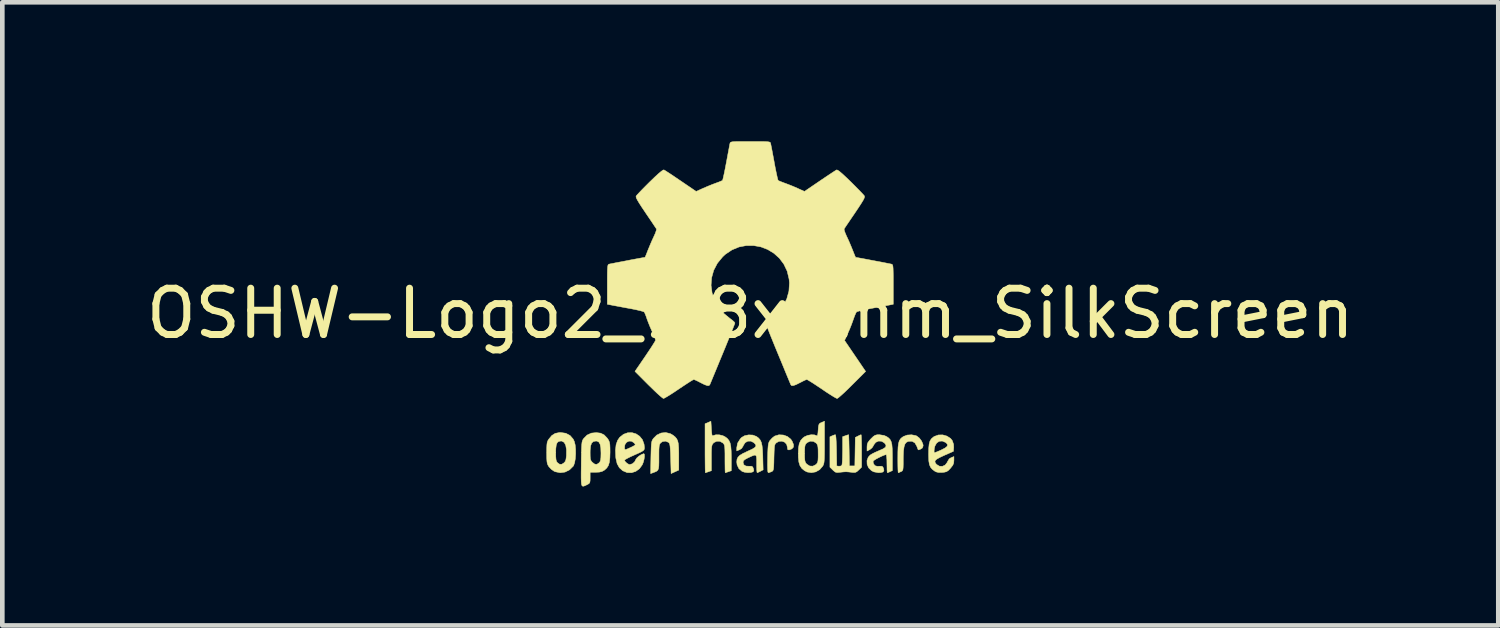
<source format=kicad_pcb>
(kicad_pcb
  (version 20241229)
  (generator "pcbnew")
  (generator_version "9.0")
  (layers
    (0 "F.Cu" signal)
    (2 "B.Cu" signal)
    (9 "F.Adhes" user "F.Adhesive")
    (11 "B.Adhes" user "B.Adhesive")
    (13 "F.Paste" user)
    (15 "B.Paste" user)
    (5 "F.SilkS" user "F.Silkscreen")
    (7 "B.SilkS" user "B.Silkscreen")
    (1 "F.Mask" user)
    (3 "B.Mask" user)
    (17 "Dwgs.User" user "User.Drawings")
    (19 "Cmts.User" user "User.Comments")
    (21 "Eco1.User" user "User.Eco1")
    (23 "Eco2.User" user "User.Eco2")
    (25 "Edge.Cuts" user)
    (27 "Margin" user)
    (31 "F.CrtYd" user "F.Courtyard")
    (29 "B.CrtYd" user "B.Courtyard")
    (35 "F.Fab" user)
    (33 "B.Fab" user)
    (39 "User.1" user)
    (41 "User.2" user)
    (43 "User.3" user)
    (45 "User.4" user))
  (footprint "OSHW-Logo2_9.8x8mm_SilkScreen"
    (layer "F.Cu")
    (at 13.149 3.717)
    (property "Reference" "OSHW-Logo2_9.8x8mm_SilkScreen" (at 0 0 180) (layer "F.SilkS") (effects (font (size 1 1) (thickness 0.15))))
    (attr exclude_from_pos_files exclude_from_bom)
    (fp_poly (pts (xy 3.571 2.637) (xy 3.594 2.647) (xy 3.65 2.691) (xy 3.698 2.755) (xy 3.727 2.823) (xy 3.732 2.857) (xy 3.716 2.904) (xy 3.68 2.928) (xy 3.643 2.943) (xy 3.625 2.946) (xy 3.617 2.926) (xy 3.6 2.882) (xy 3.593 2.863) (xy 3.552 2.794) (xy 3.493 2.76) (xy 3.417 2.761) (xy 3.411 2.763) (xy 3.37 2.782) (xy 3.34 2.819) (xy 3.32 2.88) (xy 3.308 2.968) (xy 3.303 3.088) (xy 3.302 3.152) (xy 3.302 3.252) (xy 3.3 3.321) (xy 3.296 3.365) (xy 3.287 3.39) (xy 3.274 3.405) (xy 3.253 3.416) (xy 3.252 3.416) (xy 3.213 3.433) (xy 3.194 3.439) (xy 3.191 3.42) (xy 3.188 3.369) (xy 3.186 3.292) (xy 3.185 3.196) (xy 3.185 3.125) (xy 3.186 2.989) (xy 3.19 2.885) (xy 3.2 2.808) (xy 3.216 2.752) (xy 3.24 2.711) (xy 3.274 2.679) (xy 3.308 2.656) (xy 3.388 2.626) (xy 3.482 2.62) (xy 3.571 2.637)) (stroke (width 0.01) (type solid)) (fill yes) (layer "F.SilkS"))
    (fp_poly (pts (xy -1.728 2.595) (xy -1.666 2.631) (xy -1.622 2.667) (xy -1.59 2.705) (xy -1.568 2.751) (xy -1.554 2.812) (xy -1.547 2.895) (xy -1.544 3.007) (xy -1.544 3.087) (xy -1.544 3.382) (xy -1.71 3.457) (xy -1.719 3.133) (xy -1.723 3.013) (xy -1.728 2.925) (xy -1.733 2.865) (xy -1.74 2.825) (xy -1.75 2.801) (xy -1.763 2.786) (xy -1.767 2.783) (xy -1.831 2.757) (xy -1.896 2.767) (xy -1.934 2.794) (xy -1.95 2.813) (xy -1.961 2.838) (xy -1.968 2.876) (xy -1.972 2.934) (xy -1.973 3.018) (xy -1.973 3.106) (xy -1.973 3.216) (xy -1.975 3.294) (xy -1.982 3.347) (xy -1.995 3.381) (xy -2.018 3.404) (xy -2.053 3.421) (xy -2.1 3.439) (xy -2.152 3.458) (xy -2.146 3.111) (xy -2.143 2.986) (xy -2.14 2.894) (xy -2.136 2.828) (xy -2.13 2.781) (xy -2.121 2.748) (xy -2.108 2.722) (xy -2.092 2.699) (xy -2.018 2.625) (xy -1.926 2.582) (xy -1.827 2.571) (xy -1.728 2.595)) (stroke (width 0.01) (type solid)) (fill yes) (layer "F.SilkS"))
    (fp_poly (pts (xy 0.713 2.625) (xy 0.802 2.657) (xy 0.874 2.715) (xy 0.902 2.756) (xy 0.933 2.831) (xy 0.932 2.885) (xy 0.9 2.921) (xy 0.888 2.928) (xy 0.837 2.947) (xy 0.81 2.942) (xy 0.802 2.91) (xy 0.801 2.892) (xy 0.785 2.826) (xy 0.742 2.78) (xy 0.683 2.758) (xy 0.617 2.763) (xy 0.564 2.792) (xy 0.546 2.809) (xy 0.533 2.829) (xy 0.524 2.859) (xy 0.519 2.907) (xy 0.515 2.978) (xy 0.512 3.08) (xy 0.511 3.112) (xy 0.509 3.222) (xy 0.506 3.3) (xy 0.501 3.351) (xy 0.494 3.383) (xy 0.483 3.401) (xy 0.467 3.412) (xy 0.457 3.417) (xy 0.413 3.433) (xy 0.388 3.439) (xy 0.379 3.421) (xy 0.374 3.365) (xy 0.372 3.272) (xy 0.374 3.141) (xy 0.374 3.121) (xy 0.377 3.002) (xy 0.381 2.914) (xy 0.386 2.853) (xy 0.393 2.809) (xy 0.404 2.778) (xy 0.419 2.751) (xy 0.427 2.74) (xy 0.472 2.69) (xy 0.522 2.651) (xy 0.528 2.647) (xy 0.618 2.62) (xy 0.713 2.625)) (stroke (width 0.01) (type solid)) (fill yes) (layer "F.SilkS"))
    (fp_poly (pts (xy -0.84 2.492) (xy -0.834 2.572) (xy -0.828 2.619) (xy -0.819 2.64) (xy -0.805 2.64) (xy -0.801 2.637) (xy -0.744 2.62) (xy -0.669 2.621) (xy -0.593 2.639) (xy -0.545 2.663) (xy -0.496 2.7) (xy -0.461 2.743) (xy -0.436 2.797) (xy -0.421 2.869) (xy -0.413 2.966) (xy -0.41 3.095) (xy -0.41 3.119) (xy -0.41 3.396) (xy -0.472 3.417) (xy -0.516 3.432) (xy -0.54 3.439) (xy -0.54 3.439) (xy -0.543 3.42) (xy -0.545 3.37) (xy -0.546 3.293) (xy -0.547 3.197) (xy -0.547 3.139) (xy -0.547 3.025) (xy -0.549 2.943) (xy -0.552 2.886) (xy -0.558 2.849) (xy -0.568 2.825) (xy -0.583 2.806) (xy -0.592 2.797) (xy -0.655 2.761) (xy -0.724 2.759) (xy -0.786 2.789) (xy -0.798 2.8) (xy -0.815 2.821) (xy -0.826 2.845) (xy -0.834 2.881) (xy -0.838 2.934) (xy -0.84 3.012) (xy -0.84 3.121) (xy -0.84 3.396) (xy -0.902 3.417) (xy -0.945 3.432) (xy -0.969 3.439) (xy -0.97 3.439) (xy -0.972 3.42) (xy -0.974 3.367) (xy -0.975 3.286) (xy -0.976 3.18) (xy -0.977 3.055) (xy -0.977 2.916) (xy -0.977 2.382) (xy -0.85 2.328) (xy -0.84 2.492)) (stroke (width 0.01) (type solid)) (fill yes) (layer "F.SilkS"))
    (fp_poly (pts (xy 2.396 2.637) (xy 2.399 2.688) (xy 2.401 2.766) (xy 2.403 2.865) (xy 2.403 2.968) (xy 2.403 3.319) (xy 2.341 3.38) (xy 2.299 3.418) (xy 2.261 3.434) (xy 2.21 3.433) (xy 2.19 3.43) (xy 2.127 3.423) (xy 2.074 3.419) (xy 2.061 3.419) (xy 2.018 3.421) (xy 1.957 3.427) (xy 1.933 3.43) (xy 1.874 3.435) (xy 1.834 3.425) (xy 1.795 3.394) (xy 1.781 3.38) (xy 1.719 3.319) (xy 1.719 2.664) (xy 1.769 2.641) (xy 1.812 2.624) (xy 1.837 2.618) (xy 1.844 2.637) (xy 1.85 2.689) (xy 1.855 2.768) (xy 1.859 2.87) (xy 1.861 2.955) (xy 1.866 3.292) (xy 1.913 3.299) (xy 1.955 3.294) (xy 1.976 3.279) (xy 1.982 3.251) (xy 1.987 3.192) (xy 1.99 3.108) (xy 1.992 3.009) (xy 1.993 2.957) (xy 1.993 2.661) (xy 2.054 2.64) (xy 2.098 2.625) (xy 2.122 2.618) (xy 2.122 2.618) (xy 2.125 2.637) (xy 2.127 2.688) (xy 2.13 2.766) (xy 2.132 2.864) (xy 2.134 2.955) (xy 2.139 3.292) (xy 2.257 3.292) (xy 2.262 2.985) (xy 2.267 2.677) (xy 2.325 2.648) (xy 2.367 2.627) (xy 2.392 2.618) (xy 2.392 2.618) (xy 2.396 2.637)) (stroke (width 0.01) (type solid)) (fill yes) (layer "F.SilkS"))
    (fp_poly (pts (xy -3.983 2.587) (xy -3.892 2.635) (xy -3.824 2.713) (xy -3.8 2.763) (xy -3.781 2.838) (xy -3.772 2.932) (xy -3.771 3.035) (xy -3.778 3.136) (xy -3.793 3.223) (xy -3.815 3.286) (xy -3.822 3.297) (xy -3.903 3.377) (xy -4 3.425) (xy -4.104 3.439) (xy -4.21 3.418) (xy -4.239 3.405) (xy -4.297 3.364) (xy -4.347 3.311) (xy -4.352 3.304) (xy -4.371 3.271) (xy -4.384 3.236) (xy -4.391 3.19) (xy -4.395 3.125) (xy -4.396 3.03) (xy -4.396 3.009) (xy -4.396 3.002) (xy -4.201 3.002) (xy -4.2 3.091) (xy -4.195 3.151) (xy -4.186 3.189) (xy -4.17 3.215) (xy -4.162 3.224) (xy -4.115 3.257) (xy -4.07 3.256) (xy -4.024 3.227) (xy -3.996 3.196) (xy -3.98 3.151) (xy -3.971 3.079) (xy -3.97 3.071) (xy -3.969 2.942) (xy -3.985 2.846) (xy -4.019 2.784) (xy -4.07 2.756) (xy -4.088 2.755) (xy -4.136 2.763) (xy -4.169 2.789) (xy -4.189 2.839) (xy -4.199 2.919) (xy -4.201 3.002) (xy -4.396 3.002) (xy -4.395 2.908) (xy -4.392 2.838) (xy -4.386 2.789) (xy -4.374 2.753) (xy -4.356 2.722) (xy -4.352 2.716) (xy -4.286 2.636) (xy -4.213 2.59) (xy -4.125 2.572) (xy -4.095 2.571) (xy -3.983 2.587)) (stroke (width 0.01) (type solid)) (fill yes) (layer "F.SilkS"))
    (fp_poly (pts (xy 4.245 2.648) (xy 4.323 2.698) (xy 4.36 2.744) (xy 4.389 2.826) (xy 4.392 2.891) (xy 4.386 2.977) (xy 4.186 3.065) (xy 4.089 3.11) (xy 4.025 3.146) (xy 3.992 3.177) (xy 3.986 3.207) (xy 4.005 3.241) (xy 4.025 3.263) (xy 4.084 3.298) (xy 4.148 3.301) (xy 4.207 3.273) (xy 4.25 3.218) (xy 4.258 3.199) (xy 4.295 3.138) (xy 4.338 3.113) (xy 4.396 3.09) (xy 4.396 3.174) (xy 4.391 3.231) (xy 4.371 3.279) (xy 4.328 3.334) (xy 4.322 3.342) (xy 4.275 3.391) (xy 4.234 3.417) (xy 4.183 3.429) (xy 4.141 3.433) (xy 4.066 3.434) (xy 4.012 3.421) (xy 3.979 3.403) (xy 3.926 3.362) (xy 3.89 3.318) (xy 3.867 3.262) (xy 3.854 3.187) (xy 3.85 3.084) (xy 3.849 3.032) (xy 3.851 2.97) (xy 3.968 2.97) (xy 3.97 3.003) (xy 3.973 3.009) (xy 3.996 3.001) (xy 4.044 2.982) (xy 4.109 2.954) (xy 4.122 2.948) (xy 4.204 2.906) (xy 4.249 2.87) (xy 4.259 2.835) (xy 4.236 2.801) (xy 4.216 2.785) (xy 4.145 2.755) (xy 4.079 2.76) (xy 4.024 2.797) (xy 3.986 2.863) (xy 3.973 2.916) (xy 3.968 2.97) (xy 3.851 2.97) (xy 3.852 2.911) (xy 3.861 2.821) (xy 3.879 2.755) (xy 3.909 2.707) (xy 3.953 2.669) (xy 3.972 2.656) (xy 4.059 2.624) (xy 4.154 2.622) (xy 4.245 2.648)) (stroke (width 0.01) (type solid)) (fill yes) (layer "F.SilkS"))
    (fp_poly (pts (xy 1.602 2.78) (xy 1.602 2.926) (xy 1.601 3.039) (xy 1.599 3.123) (xy 1.595 3.184) (xy 1.59 3.227) (xy 1.582 3.259) (xy 1.571 3.283) (xy 1.563 3.297) (xy 1.497 3.373) (xy 1.412 3.421) (xy 1.319 3.438) (xy 1.226 3.423) (xy 1.17 3.394) (xy 1.112 3.346) (xy 1.072 3.286) (xy 1.048 3.209) (xy 1.037 3.105) (xy 1.036 3.028) (xy 1.036 3.023) (xy 1.172 3.023) (xy 1.173 3.11) (xy 1.177 3.168) (xy 1.186 3.206) (xy 1.201 3.233) (xy 1.22 3.254) (xy 1.283 3.294) (xy 1.351 3.297) (xy 1.415 3.264) (xy 1.42 3.26) (xy 1.441 3.236) (xy 1.455 3.208) (xy 1.462 3.167) (xy 1.465 3.102) (xy 1.465 3.031) (xy 1.464 2.942) (xy 1.46 2.882) (xy 1.451 2.843) (xy 1.436 2.815) (xy 1.423 2.8) (xy 1.364 2.763) (xy 1.295 2.758) (xy 1.23 2.787) (xy 1.218 2.797) (xy 1.196 2.821) (xy 1.183 2.849) (xy 1.176 2.891) (xy 1.173 2.956) (xy 1.172 3.023) (xy 1.036 3.023) (xy 1.04 2.906) (xy 1.056 2.814) (xy 1.087 2.744) (xy 1.134 2.69) (xy 1.17 2.663) (xy 1.237 2.633) (xy 1.314 2.619) (xy 1.386 2.622) (xy 1.426 2.637) (xy 1.442 2.642) (xy 1.453 2.626) (xy 1.46 2.583) (xy 1.465 2.518) (xy 1.471 2.446) (xy 1.48 2.402) (xy 1.495 2.377) (xy 1.522 2.361) (xy 1.539 2.354) (xy 1.602 2.327) (xy 1.602 2.78)) (stroke (width 0.01) (type solid)) (fill yes) (layer "F.SilkS"))
    (fp_poly (pts (xy -2.466 2.6) (xy -2.389 2.652) (xy -2.329 2.726) (xy -2.294 2.822) (xy -2.286 2.892) (xy -2.287 2.921) (xy -2.294 2.943) (xy -2.313 2.963) (xy -2.35 2.986) (xy -2.41 3.015) (xy -2.5 3.055) (xy -2.501 3.055) (xy -2.584 3.093) (xy -2.652 3.127) (xy -2.698 3.153) (xy -2.716 3.167) (xy -2.716 3.167) (xy -2.701 3.199) (xy -2.665 3.233) (xy -2.624 3.258) (xy -2.603 3.263) (xy -2.546 3.246) (xy -2.497 3.203) (xy -2.474 3.156) (xy -2.451 3.122) (xy -2.406 3.082) (xy -2.353 3.048) (xy -2.306 3.029) (xy -2.297 3.028) (xy -2.286 3.045) (xy -2.285 3.088) (xy -2.293 3.146) (xy -2.308 3.207) (xy -2.329 3.261) (xy -2.33 3.264) (xy -2.392 3.351) (xy -2.473 3.41) (xy -2.565 3.439) (xy -2.66 3.436) (xy -2.752 3.397) (xy -2.756 3.395) (xy -2.828 3.33) (xy -2.875 3.245) (xy -2.901 3.133) (xy -2.905 3.102) (xy -2.911 2.954) (xy -2.903 2.884) (xy -2.716 2.884) (xy -2.713 2.928) (xy -2.7 2.94) (xy -2.667 2.931) (xy -2.615 2.908) (xy -2.556 2.881) (xy -2.555 2.88) (xy -2.505 2.854) (xy -2.485 2.836) (xy -2.49 2.818) (xy -2.511 2.794) (xy -2.563 2.759) (xy -2.62 2.757) (xy -2.671 2.782) (xy -2.706 2.831) (xy -2.716 2.884) (xy -2.903 2.884) (xy -2.898 2.835) (xy -2.865 2.741) (xy -2.82 2.675) (xy -2.737 2.609) (xy -2.646 2.576) (xy -2.554 2.574) (xy -2.466 2.6)) (stroke (width 0.01) (type solid)) (fill yes) (layer "F.SilkS"))
    (fp_poly (pts (xy 0.054 2.626) (xy 0.13 2.655) (xy 0.131 2.655) (xy 0.178 2.69) (xy 0.213 2.731) (xy 0.238 2.784) (xy 0.254 2.856) (xy 0.264 2.953) (xy 0.27 3.082) (xy 0.27 3.1) (xy 0.277 3.377) (xy 0.218 3.408) (xy 0.175 3.429) (xy 0.149 3.439) (xy 0.148 3.439) (xy 0.143 3.421) (xy 0.139 3.372) (xy 0.137 3.3) (xy 0.137 3.242) (xy 0.137 3.148) (xy 0.132 3.089) (xy 0.118 3.061) (xy 0.085 3.06) (xy 0.03 3.081) (xy -0.054 3.12) (xy -0.115 3.153) (xy -0.147 3.181) (xy -0.156 3.212) (xy -0.156 3.213) (xy -0.141 3.266) (xy -0.095 3.295) (xy -0.026 3.299) (xy 0.024 3.298) (xy 0.051 3.313) (xy 0.067 3.347) (xy 0.077 3.391) (xy 0.063 3.416) (xy 0.058 3.42) (xy 0.009 3.434) (xy -0.058 3.437) (xy -0.128 3.427) (xy -0.178 3.41) (xy -0.246 3.351) (xy -0.285 3.27) (xy -0.293 3.207) (xy -0.287 3.15) (xy -0.266 3.104) (xy -0.224 3.062) (xy -0.155 3.021) (xy -0.055 2.974) (xy -0.049 2.971) (xy 0.041 2.93) (xy 0.097 2.895) (xy 0.121 2.865) (xy 0.116 2.833) (xy 0.084 2.797) (xy 0.075 2.789) (xy 0.012 2.757) (xy -0.054 2.758) (xy -0.111 2.79) (xy -0.149 2.848) (xy -0.152 2.859) (xy -0.187 2.915) (xy -0.23 2.942) (xy -0.293 2.968) (xy -0.293 2.9) (xy -0.274 2.8) (xy -0.217 2.709) (xy -0.188 2.678) (xy -0.12 2.639) (xy -0.035 2.622) (xy 0.054 2.626)) (stroke (width 0.01) (type solid)) (fill yes) (layer "F.SilkS"))
    (fp_poly (pts (xy -3.231 2.585) (xy -3.156 2.622) (xy -3.091 2.69) (xy -3.072 2.716) (xy -3.053 2.749) (xy -3.04 2.785) (xy -3.032 2.833) (xy -3.029 2.903) (xy -3.028 2.994) (xy -3.032 3.12) (xy -3.043 3.214) (xy -3.065 3.285) (xy -3.1 3.338) (xy -3.149 3.383) (xy -3.153 3.385) (xy -3.202 3.412) (xy -3.261 3.426) (xy -3.336 3.429) (xy -3.458 3.429) (xy -3.458 3.547) (xy -3.459 3.613) (xy -3.466 3.652) (xy -3.484 3.675) (xy -3.519 3.695) (xy -3.527 3.699) (xy -3.566 3.718) (xy -3.596 3.729) (xy -3.619 3.73) (xy -3.635 3.717) (xy -3.645 3.685) (xy -3.65 3.63) (xy -3.652 3.549) (xy -3.652 3.437) (xy -3.65 3.292) (xy -3.65 3.248) (xy -3.648 3.098) (xy -3.646 3) (xy -3.458 3) (xy -3.457 3.083) (xy -3.453 3.138) (xy -3.442 3.174) (xy -3.423 3.201) (xy -3.41 3.215) (xy -3.358 3.254) (xy -3.312 3.258) (xy -3.264 3.225) (xy -3.263 3.224) (xy -3.244 3.199) (xy -3.232 3.164) (xy -3.226 3.112) (xy -3.224 3.031) (xy -3.224 3.013) (xy -3.228 2.902) (xy -3.243 2.825) (xy -3.269 2.778) (xy -3.309 2.757) (xy -3.332 2.755) (xy -3.387 2.765) (xy -3.425 2.798) (xy -3.447 2.858) (xy -3.457 2.95) (xy -3.458 3) (xy -3.646 3) (xy -3.646 2.982) (xy -3.643 2.895) (xy -3.639 2.831) (xy -3.634 2.786) (xy -3.627 2.754) (xy -3.617 2.73) (xy -3.604 2.709) (xy -3.598 2.701) (xy -3.525 2.627) (xy -3.432 2.584) (xy -3.325 2.573) (xy -3.231 2.585)) (stroke (width 0.01) (type solid)) (fill yes) (layer "F.SilkS"))
    (fp_poly (pts (xy 2.887 2.634) (xy 2.944 2.659) (xy 2.988 2.69) (xy 3.02 2.725) (xy 3.042 2.77) (xy 3.057 2.831) (xy 3.064 2.915) (xy 3.067 3.028) (xy 3.068 3.103) (xy 3.068 3.393) (xy 3.018 3.416) (xy 2.979 3.433) (xy 2.959 3.439) (xy 2.955 3.421) (xy 2.952 3.372) (xy 2.951 3.3) (xy 2.95 3.243) (xy 2.949 3.161) (xy 2.944 3.096) (xy 2.938 3.056) (xy 2.933 3.048) (xy 2.898 3.057) (xy 2.844 3.079) (xy 2.781 3.109) (xy 2.72 3.141) (xy 2.674 3.17) (xy 2.652 3.19) (xy 2.652 3.19) (xy 2.654 3.227) (xy 2.671 3.262) (xy 2.7 3.291) (xy 2.743 3.3) (xy 2.78 3.299) (xy 2.832 3.298) (xy 2.859 3.31) (xy 2.876 3.343) (xy 2.878 3.349) (xy 2.885 3.395) (xy 2.866 3.423) (xy 2.816 3.436) (xy 2.763 3.438) (xy 2.666 3.42) (xy 2.616 3.394) (xy 2.554 3.333) (xy 2.522 3.258) (xy 2.519 3.178) (xy 2.546 3.104) (xy 2.588 3.058) (xy 2.63 3.032) (xy 2.695 2.999) (xy 2.771 2.966) (xy 2.784 2.96) (xy 2.867 2.924) (xy 2.916 2.891) (xy 2.931 2.859) (xy 2.917 2.822) (xy 2.892 2.794) (xy 2.833 2.759) (xy 2.768 2.756) (xy 2.709 2.783) (xy 2.666 2.837) (xy 2.661 2.851) (xy 2.628 2.902) (xy 2.581 2.94) (xy 2.52 2.971) (xy 2.52 2.883) (xy 2.524 2.829) (xy 2.539 2.787) (xy 2.573 2.741) (xy 2.605 2.706) (xy 2.655 2.657) (xy 2.694 2.631) (xy 2.736 2.62) (xy 2.783 2.618) (xy 2.887 2.634)) (stroke (width 0.01) (type solid)) (fill yes) (layer "F.SilkS"))
    (fp_poly (pts (xy 0.14 -3.712) (xy 0.246 -3.712) (xy 0.322 -3.71) (xy 0.374 -3.707) (xy 0.407 -3.702) (xy 0.426 -3.695) (xy 0.435 -3.684) (xy 0.439 -3.67) (xy 0.44 -3.668) (xy 0.446 -3.636) (xy 0.459 -3.572) (xy 0.476 -3.483) (xy 0.496 -3.376) (xy 0.518 -3.258) (xy 0.518 -3.254) (xy 0.54 -3.138) (xy 0.561 -3.036) (xy 0.579 -2.953) (xy 0.592 -2.897) (xy 0.601 -2.872) (xy 0.601 -2.871) (xy 0.626 -2.859) (xy 0.676 -2.839) (xy 0.742 -2.814) (xy 0.742 -2.814) (xy 0.825 -2.783) (xy 0.923 -2.744) (xy 1.015 -2.704) (xy 1.019 -2.702) (xy 1.169 -2.634) (xy 1.501 -2.86) (xy 1.603 -2.929) (xy 1.696 -2.991) (xy 1.773 -3.042) (xy 1.83 -3.079) (xy 1.861 -3.098) (xy 1.864 -3.099) (xy 1.887 -3.093) (xy 1.93 -3.063) (xy 1.994 -3.008) (xy 2.081 -2.927) (xy 2.171 -2.84) (xy 2.256 -2.755) (xy 2.333 -2.677) (xy 2.397 -2.611) (xy 2.442 -2.563) (xy 2.464 -2.536) (xy 2.464 -2.535) (xy 2.467 -2.517) (xy 2.458 -2.487) (xy 2.435 -2.441) (xy 2.395 -2.376) (xy 2.338 -2.288) (xy 2.261 -2.173) (xy 2.193 -2.073) (xy 2.132 -1.983) (xy 2.081 -1.908) (xy 2.045 -1.854) (xy 2.027 -1.827) (xy 2.026 -1.825) (xy 2.028 -1.798) (xy 2.045 -1.747) (xy 2.073 -1.68) (xy 2.083 -1.659) (xy 2.127 -1.564) (xy 2.173 -1.456) (xy 2.211 -1.363) (xy 2.238 -1.294) (xy 2.26 -1.241) (xy 2.272 -1.214) (xy 2.274 -1.211) (xy 2.297 -1.208) (xy 2.351 -1.198) (xy 2.429 -1.184) (xy 2.524 -1.166) (xy 2.628 -1.146) (xy 2.735 -1.126) (xy 2.837 -1.107) (xy 2.927 -1.089) (xy 2.998 -1.075) (xy 3.042 -1.066) (xy 3.053 -1.063) (xy 3.064 -1.057) (xy 3.073 -1.042) (xy 3.079 -1.015) (xy 3.083 -0.97) (xy 3.085 -0.902) (xy 3.087 -0.806) (xy 3.087 -0.678) (xy 3.087 -0.625) (xy 3.087 -0.198) (xy 2.985 -0.178) (xy 2.927 -0.167) (xy 2.842 -0.151) (xy 2.739 -0.132) (xy 2.629 -0.111) (xy 2.599 -0.106) (xy 2.497 -0.086) (xy 2.408 -0.067) (xy 2.34 -0.049) (xy 2.3 -0.036) (xy 2.293 -0.032) (xy 2.277 -0.004) (xy 2.253 0.051) (xy 2.227 0.122) (xy 2.222 0.137) (xy 2.188 0.231) (xy 2.146 0.337) (xy 2.104 0.432) (xy 2.104 0.433) (xy 2.035 0.583) (xy 2.49 1.252) (xy 2.197 1.544) (xy 2.109 1.631) (xy 2.029 1.708) (xy 1.96 1.77) (xy 1.909 1.814) (xy 1.879 1.835) (xy 1.874 1.837) (xy 1.849 1.826) (xy 1.797 1.797) (xy 1.725 1.752) (xy 1.637 1.695) (xy 1.543 1.631) (xy 1.447 1.567) (xy 1.361 1.51) (xy 1.291 1.466) (xy 1.242 1.437) (xy 1.221 1.426) (xy 1.194 1.435) (xy 1.144 1.458) (xy 1.08 1.491) (xy 1.074 1.494) (xy 0.988 1.537) (xy 0.929 1.558) (xy 0.893 1.559) (xy 0.874 1.539) (xy 0.874 1.539) (xy 0.864 1.515) (xy 0.841 1.46) (xy 0.807 1.378) (xy 0.763 1.272) (xy 0.712 1.147) (xy 0.654 1.007) (xy 0.598 0.872) (xy 0.536 0.722) (xy 0.48 0.584) (xy 0.43 0.461) (xy 0.389 0.357) (xy 0.358 0.277) (xy 0.338 0.225) (xy 0.332 0.206) (xy 0.347 0.183) (xy 0.386 0.148) (xy 0.439 0.109) (xy 0.588 -0.015) (xy 0.705 -0.156) (xy 0.787 -0.313) (xy 0.834 -0.482) (xy 0.845 -0.66) (xy 0.837 -0.742) (xy 0.796 -0.913) (xy 0.724 -1.064) (xy 0.627 -1.193) (xy 0.509 -1.299) (xy 0.374 -1.381) (xy 0.227 -1.437) (xy 0.072 -1.465) (xy -0.087 -1.465) (xy -0.244 -1.435) (xy -0.396 -1.372) (xy -0.538 -1.277) (xy -0.597 -1.222) (xy -0.711 -1.083) (xy -0.79 -0.932) (xy -0.835 -0.771) (xy -0.847 -0.607) (xy -0.825 -0.443) (xy -0.772 -0.284) (xy -0.686 -0.134) (xy -0.569 0.002) (xy -0.439 0.109) (xy -0.384 0.15) (xy -0.346 0.185) (xy -0.332 0.206) (xy -0.339 0.229) (xy -0.36 0.283) (xy -0.392 0.366) (xy -0.434 0.471) (xy -0.485 0.596) (xy -0.542 0.736) (xy -0.598 0.872) (xy -0.66 1.021) (xy -0.717 1.16) (xy -0.768 1.283) (xy -0.811 1.387) (xy -0.844 1.467) (xy -0.866 1.519) (xy -0.874 1.539) (xy -0.893 1.558) (xy -0.929 1.558) (xy -0.988 1.537) (xy -1.073 1.495) (xy -1.074 1.494) (xy -1.138 1.461) (xy -1.19 1.437) (xy -1.219 1.426) (xy -1.221 1.426) (xy -1.243 1.437) (xy -1.292 1.466) (xy -1.362 1.511) (xy -1.447 1.567) (xy -1.543 1.631) (xy -1.639 1.696) (xy -1.727 1.753) (xy -1.799 1.797) (xy -1.85 1.826) (xy -1.874 1.837) (xy -1.897 1.823) (xy -1.942 1.786) (xy -2.006 1.729) (xy -2.083 1.656) (xy -2.169 1.572) (xy -2.198 1.544) (xy -2.49 1.251) (xy -2.267 0.925) (xy -2.2 0.825) (xy -2.14 0.735) (xy -2.093 0.661) (xy -2.06 0.607) (xy -2.045 0.579) (xy -2.045 0.577) (xy -2.053 0.551) (xy -2.073 0.498) (xy -2.103 0.427) (xy -2.124 0.38) (xy -2.164 0.29) (xy -2.201 0.198) (xy -2.23 0.121) (xy -2.237 0.098) (xy -2.26 0.035) (xy -2.281 -0.014) (xy -2.293 -0.032) (xy -2.319 -0.043) (xy -2.377 -0.059) (xy -2.458 -0.078) (xy -2.555 -0.098) (xy -2.599 -0.106) (xy -2.709 -0.126) (xy -2.815 -0.146) (xy -2.906 -0.163) (xy -2.972 -0.175) (xy -2.985 -0.178) (xy -3.087 -0.198) (xy -3.087 -0.625) (xy -3.087 -0.766) (xy -3.086 -0.872) (xy -3.084 -0.949) (xy -3.08 -1.002) (xy -3.075 -1.035) (xy -3.067 -1.053) (xy -3.057 -1.062) (xy -3.053 -1.063) (xy -3.028 -1.069) (xy -2.972 -1.08) (xy -2.892 -1.096) (xy -2.796 -1.114) (xy -2.691 -1.134) (xy -2.585 -1.155) (xy -2.483 -1.174) (xy -2.395 -1.19) (xy -2.325 -1.203) (xy -2.283 -1.21) (xy -2.274 -1.211) (xy -2.265 -1.228) (xy -2.246 -1.273) (xy -2.221 -1.338) (xy -2.211 -1.363) (xy -2.171 -1.46) (xy -2.125 -1.568) (xy -2.083 -1.659) (xy -2.052 -1.728) (xy -2.032 -1.785) (xy -2.025 -1.82) (xy -2.026 -1.825) (xy -2.041 -1.847) (xy -2.074 -1.896) (xy -2.121 -1.967) (xy -2.181 -2.055) (xy -2.248 -2.154) (xy -2.261 -2.173) (xy -2.339 -2.289) (xy -2.396 -2.377) (xy -2.435 -2.442) (xy -2.458 -2.487) (xy -2.467 -2.516) (xy -2.465 -2.535) (xy -2.464 -2.535) (xy -2.445 -2.559) (xy -2.402 -2.605) (xy -2.341 -2.669) (xy -2.265 -2.746) (xy -2.18 -2.831) (xy -2.171 -2.84) (xy -2.063 -2.944) (xy -1.98 -3.02) (xy -1.92 -3.07) (xy -1.882 -3.096) (xy -1.864 -3.099) (xy -1.84 -3.085) (xy -1.788 -3.052) (xy -1.714 -3.004) (xy -1.625 -2.944) (xy -1.525 -2.876) (xy -1.501 -2.86) (xy -1.169 -2.634) (xy -1.019 -2.702) (xy -0.928 -2.741) (xy -0.83 -2.781) (xy -0.746 -2.813) (xy -0.742 -2.814) (xy -0.677 -2.838) (xy -0.626 -2.859) (xy -0.601 -2.871) (xy -0.601 -2.871) (xy -0.593 -2.893) (xy -0.58 -2.948) (xy -0.562 -3.029) (xy -0.542 -3.129) (xy -0.52 -3.244) (xy -0.518 -3.254) (xy -0.496 -3.372) (xy -0.476 -3.479) (xy -0.459 -3.569) (xy -0.447 -3.634) (xy -0.44 -3.668) (xy -0.44 -3.668) (xy -0.435 -3.683) (xy -0.427 -3.693) (xy -0.41 -3.701) (xy -0.379 -3.707) (xy -0.329 -3.71) (xy -0.256 -3.712) (xy -0.153 -3.712) (xy -0.018 -3.712) (xy 0 -3.712) (xy 0.14 -3.712)) (stroke (width 0.01) (type solid)) (fill yes) (layer "F.SilkS")))
  (gr_rect
    (start -3 -3)
    (end 29.298 10.453)
    (stroke (width 0.1) (type default))
    (fill no)
    (layer "Edge.Cuts")))
</source>
